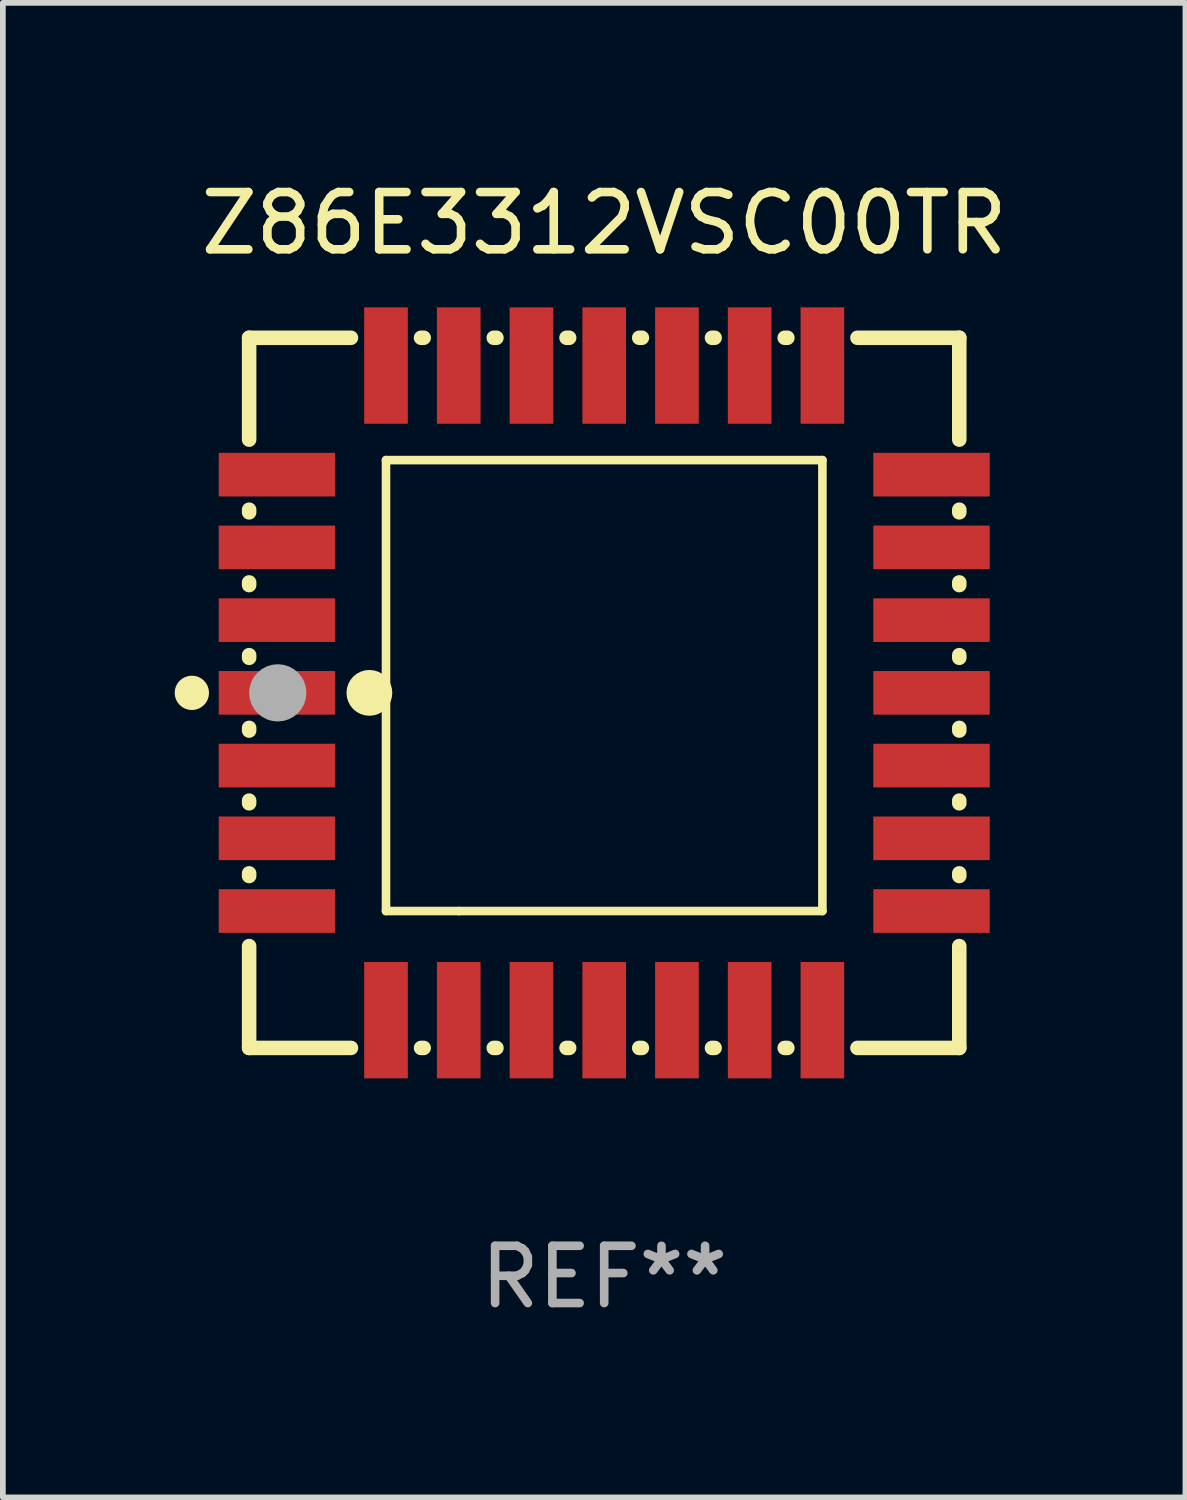
<source format=kicad_pcb>
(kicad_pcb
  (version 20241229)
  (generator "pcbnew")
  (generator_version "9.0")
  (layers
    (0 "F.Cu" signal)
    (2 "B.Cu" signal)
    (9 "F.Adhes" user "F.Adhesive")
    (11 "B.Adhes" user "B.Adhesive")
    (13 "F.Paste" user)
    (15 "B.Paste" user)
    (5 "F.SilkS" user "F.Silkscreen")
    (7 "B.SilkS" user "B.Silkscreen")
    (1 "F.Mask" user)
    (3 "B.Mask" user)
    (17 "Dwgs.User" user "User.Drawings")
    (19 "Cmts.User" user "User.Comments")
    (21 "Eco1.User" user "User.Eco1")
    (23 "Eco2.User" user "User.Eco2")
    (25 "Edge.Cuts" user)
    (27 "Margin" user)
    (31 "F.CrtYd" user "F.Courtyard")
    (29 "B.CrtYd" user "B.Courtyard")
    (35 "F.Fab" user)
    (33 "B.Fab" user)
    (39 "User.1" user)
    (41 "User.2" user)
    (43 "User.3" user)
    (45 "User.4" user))
  (footprint "Z86E3312VSC00TR"
    (layer "F.Cu")
    (at 7.5 9.048)
    (property "Reference" "Z86E3312VSC00TR" (at 0 -8.2 0) (layer "F.SilkS") (effects (font (size 1 1) (thickness 0.15))))
    (attr through_hole)
    (fp_line (start -6.2 -6.2) (end -4.422 -6.2) (stroke (width 0.254) (type solid)) (layer "F.SilkS"))
    (fp_line (start -6.2 -4.422) (end -6.2 -6.2) (stroke (width 0.254) (type solid)) (layer "F.SilkS"))
    (fp_line (start -6.2 -3.152) (end -6.2 -3.198) (stroke (width 0.254) (type solid)) (layer "F.SilkS"))
    (fp_line (start -6.2 -1.882) (end -6.2 -1.928) (stroke (width 0.254) (type solid)) (layer "F.SilkS"))
    (fp_line (start -6.2 -0.612) (end -6.2 -0.658) (stroke (width 0.254) (type solid)) (layer "F.SilkS"))
    (fp_line (start -6.2 0.658) (end -6.2 0.612) (stroke (width 0.254) (type solid)) (layer "F.SilkS"))
    (fp_line (start -6.2 1.928) (end -6.2 1.882) (stroke (width 0.254) (type solid)) (layer "F.SilkS"))
    (fp_line (start -6.2 3.198) (end -6.2 3.152) (stroke (width 0.254) (type solid)) (layer "F.SilkS"))
    (fp_line (start -6.2 6.2) (end -6.2 4.422) (stroke (width 0.254) (type solid)) (layer "F.SilkS"))
    (fp_line (start -4.422 6.2) (end -6.2 6.2) (stroke (width 0.254) (type solid)) (layer "F.SilkS"))
    (fp_line (start -3.81 -4.064) (end 3.81 -4.064) (stroke (width 0.15) (type solid)) (layer "F.SilkS"))
    (fp_line (start -3.81 3.81) (end -3.81 -4.064) (stroke (width 0.15) (type solid)) (layer "F.SilkS"))
    (fp_line (start -3.198 -6.2) (end -3.152 -6.2) (stroke (width 0.254) (type solid)) (layer "F.SilkS"))
    (fp_line (start -3.152 6.2) (end -3.198 6.2) (stroke (width 0.254) (type solid)) (layer "F.SilkS"))
    (fp_line (start -2.54 3.81) (end -3.81 3.81) (stroke (width 0.15) (type solid)) (layer "F.SilkS"))
    (fp_line (start -1.928 -6.2) (end -1.882 -6.2) (stroke (width 0.254) (type solid)) (layer "F.SilkS"))
    (fp_line (start -1.882 6.2) (end -1.928 6.2) (stroke (width 0.254) (type solid)) (layer "F.SilkS"))
    (fp_line (start -0.658 -6.2) (end -0.612 -6.2) (stroke (width 0.254) (type solid)) (layer "F.SilkS"))
    (fp_line (start -0.612 6.2) (end -0.658 6.2) (stroke (width 0.254) (type solid)) (layer "F.SilkS"))
    (fp_line (start 0.612 -6.2) (end 0.658 -6.2) (stroke (width 0.254) (type solid)) (layer "F.SilkS"))
    (fp_line (start 0.658 6.2) (end 0.612 6.2) (stroke (width 0.254) (type solid)) (layer "F.SilkS"))
    (fp_line (start 1.882 -6.2) (end 1.928 -6.2) (stroke (width 0.254) (type solid)) (layer "F.SilkS"))
    (fp_line (start 1.928 6.2) (end 1.882 6.2) (stroke (width 0.254) (type solid)) (layer "F.SilkS"))
    (fp_line (start 3.152 -6.2) (end 3.198 -6.2) (stroke (width 0.254) (type solid)) (layer "F.SilkS"))
    (fp_line (start 3.198 6.2) (end 3.152 6.2) (stroke (width 0.254) (type solid)) (layer "F.SilkS"))
    (fp_line (start 3.81 -4.064) (end 3.81 3.81) (stroke (width 0.15) (type solid)) (layer "F.SilkS"))
    (fp_line (start 3.81 3.81) (end -2.54 3.81) (stroke (width 0.15) (type solid)) (layer "F.SilkS"))
    (fp_line (start 4.422 -6.2) (end 6.2 -6.2) (stroke (width 0.254) (type solid)) (layer "F.SilkS"))
    (fp_line (start 6.2 -6.2) (end 6.2 -4.422) (stroke (width 0.254) (type solid)) (layer "F.SilkS"))
    (fp_line (start 6.2 -3.198) (end 6.2 -3.152) (stroke (width 0.254) (type solid)) (layer "F.SilkS"))
    (fp_line (start 6.2 -1.928) (end 6.2 -1.882) (stroke (width 0.254) (type solid)) (layer "F.SilkS"))
    (fp_line (start 6.2 -0.658) (end 6.2 -0.612) (stroke (width 0.254) (type solid)) (layer "F.SilkS"))
    (fp_line (start 6.2 0.612) (end 6.2 0.658) (stroke (width 0.254) (type solid)) (layer "F.SilkS"))
    (fp_line (start 6.2 1.882) (end 6.2 1.928) (stroke (width 0.254) (type solid)) (layer "F.SilkS"))
    (fp_line (start 6.2 3.152) (end 6.2 3.198) (stroke (width 0.254) (type solid)) (layer "F.SilkS"))
    (fp_line (start 6.2 4.422) (end 6.2 6.2) (stroke (width 0.254) (type solid)) (layer "F.SilkS"))
    (fp_line (start 6.2 6.2) (end 4.422 6.2) (stroke (width 0.254) (type solid)) (layer "F.SilkS"))
    (fp_circle (center -7.2 0) (end -7.05 0) (stroke (width 0.3) (type solid)) (fill no) (layer "F.SilkS"))
    (fp_circle (center -6.223 6.223) (end -6.193 6.223) (stroke (width 0.06) (type solid)) (fill no) (layer "F.SilkS"))
    (fp_circle (center -4.1 0) (end -3.9 0) (stroke (width 0.4) (type solid)) (fill no) (layer "F.SilkS"))
    (fp_circle (center -5.7 0) (end -5.45 0) (stroke (width 0.5) (type solid)) (fill no) (layer "F.Fab"))
    (fp_text user "REF**" (at 0 10.2 0) (layer "F.Fab") (effects (font (size 1 1) (thickness 0.15))))
    (pad "1" smd rect (at -5.715 0) (size 2.032 0.762) (layers "F.Cu" "F.Mask" "F.Paste"))
    (pad "2" smd rect (at -5.715 1.27) (size 2.032 0.762) (layers "F.Cu" "F.Mask" "F.Paste"))
    (pad "3" smd rect (at -5.715 2.54) (size 2.032 0.762) (layers "F.Cu" "F.Mask" "F.Paste"))
    (pad "4" smd rect (at -5.715 3.81) (size 2.032 0.762) (layers "F.Cu" "F.Mask" "F.Paste"))
    (pad "5" smd rect (at -3.81 5.715) (size 0.762 2.032) (layers "F.Cu" "F.Mask" "F.Paste"))
    (pad "6" smd rect (at -2.54 5.715) (size 0.762 2.032) (layers "F.Cu" "F.Mask" "F.Paste"))
    (pad "7" smd rect (at -1.27 5.715) (size 0.762 2.032) (layers "F.Cu" "F.Mask" "F.Paste"))
    (pad "8" smd rect (at 0 5.715) (size 0.762 2.032) (layers "F.Cu" "F.Mask" "F.Paste"))
    (pad "9" smd rect (at 1.27 5.715) (size 0.762 2.032) (layers "F.Cu" "F.Mask" "F.Paste"))
    (pad "10" smd rect (at 2.54 5.715) (size 0.762 2.032) (layers "F.Cu" "F.Mask" "F.Paste"))
    (pad "11" smd rect (at 3.81 5.715) (size 0.762 2.032) (layers "F.Cu" "F.Mask" "F.Paste"))
    (pad "12" smd rect (at 5.715 3.81) (size 2.032 0.762) (layers "F.Cu" "F.Mask" "F.Paste"))
    (pad "13" smd rect (at 5.715 2.54) (size 2.032 0.762) (layers "F.Cu" "F.Mask" "F.Paste"))
    (pad "14" smd rect (at 5.715 1.27) (size 2.032 0.762) (layers "F.Cu" "F.Mask" "F.Paste"))
    (pad "15" smd rect (at 5.715 0) (size 2.032 0.762) (layers "F.Cu" "F.Mask" "F.Paste"))
    (pad "16" smd rect (at 5.715 -1.27) (size 2.032 0.762) (layers "F.Cu" "F.Mask" "F.Paste"))
    (pad "17" smd rect (at 5.715 -2.54) (size 2.032 0.762) (layers "F.Cu" "F.Mask" "F.Paste"))
    (pad "18" smd rect (at 5.715 -3.81) (size 2.032 0.762) (layers "F.Cu" "F.Mask" "F.Paste"))
    (pad "19" smd rect (at 3.81 -5.715) (size 0.762 2.032) (layers "F.Cu" "F.Mask" "F.Paste"))
    (pad "20" smd rect (at 2.54 -5.715) (size 0.762 2.032) (layers "F.Cu" "F.Mask" "F.Paste"))
    (pad "21" smd rect (at 1.27 -5.715) (size 0.762 2.032) (layers "F.Cu" "F.Mask" "F.Paste"))
    (pad "22" smd rect (at 0 -5.715) (size 0.762 2.032) (layers "F.Cu" "F.Mask" "F.Paste"))
    (pad "23" smd rect (at -1.27 -5.715) (size 0.762 2.032) (layers "F.Cu" "F.Mask" "F.Paste"))
    (pad "24" smd rect (at -2.54 -5.715) (size 0.762 2.032) (layers "F.Cu" "F.Mask" "F.Paste"))
    (pad "25" smd rect (at -3.81 -5.715) (size 0.762 2.032) (layers "F.Cu" "F.Mask" "F.Paste"))
    (pad "26" smd rect (at -5.715 -3.81) (size 2.032 0.762) (layers "F.Cu" "F.Mask" "F.Paste"))
    (pad "27" smd rect (at -5.715 -2.54) (size 2.032 0.762) (layers "F.Cu" "F.Mask" "F.Paste"))
    (pad "28" smd rect (at -5.715 -1.27) (size 2.032 0.762) (layers "F.Cu" "F.Mask" "F.Paste")))
  (gr_rect
    (start -3 -3)
    (end 17.649 23.096)
    (stroke (width 0.1) (type default))
    (fill no)
    (layer "Edge.Cuts")))
</source>
